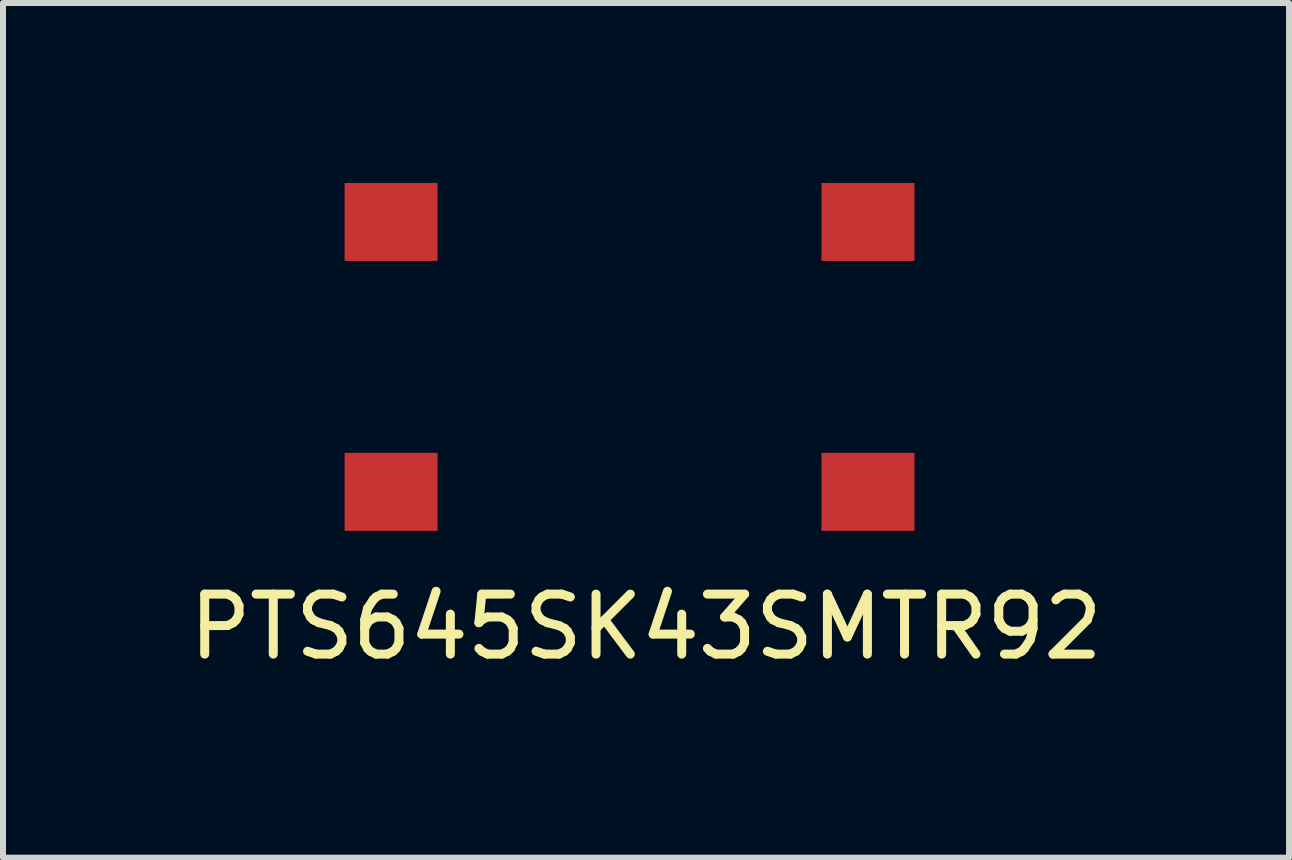
<source format=kicad_pcb>
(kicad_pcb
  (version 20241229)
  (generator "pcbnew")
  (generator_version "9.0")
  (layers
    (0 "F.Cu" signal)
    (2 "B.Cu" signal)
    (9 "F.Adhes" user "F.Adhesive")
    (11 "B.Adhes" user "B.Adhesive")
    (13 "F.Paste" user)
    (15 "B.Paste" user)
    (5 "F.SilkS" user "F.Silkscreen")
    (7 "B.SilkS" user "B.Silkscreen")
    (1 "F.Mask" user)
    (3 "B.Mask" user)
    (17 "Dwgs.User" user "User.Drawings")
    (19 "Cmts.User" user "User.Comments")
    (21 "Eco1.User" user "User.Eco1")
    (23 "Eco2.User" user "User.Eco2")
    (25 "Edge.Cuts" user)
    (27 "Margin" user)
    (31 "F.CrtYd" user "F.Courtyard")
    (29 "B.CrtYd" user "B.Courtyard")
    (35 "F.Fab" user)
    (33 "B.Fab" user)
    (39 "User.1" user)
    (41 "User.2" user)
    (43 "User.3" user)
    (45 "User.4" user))
  (footprint "PTS645SK43SMTR92"
    (layer "F.Cu")
    (at 3.47 0.65)
    (property "Reference" "PTS645SK43SMTR92" (at 4.25 6.75 0) (layer "F.SilkS") (effects (font (size 1 1) (thickness 0.15))))
    (attr through_hole)
    (pad "1" smd rect (at 0 0) (size 1.55 1.3) (layers "F.Cu" "F.Mask" "F.Paste"))
    (pad "2" smd rect (at 0 4.5) (size 1.55 1.3) (layers "F.Cu" "F.Mask" "F.Paste"))
    (pad "3" smd rect (at 7.95 4.5) (size 1.55 1.3) (layers "F.Cu" "F.Mask" "F.Paste"))
    (pad "4" smd rect (at 7.95 0) (size 1.55 1.3) (layers "F.Cu" "F.Mask" "F.Paste")))
  (gr_rect
    (start -3 -3)
    (end 18.44 11.248)
    (stroke (width 0.1) (type default))
    (fill no)
    (layer "Edge.Cuts")))
</source>
